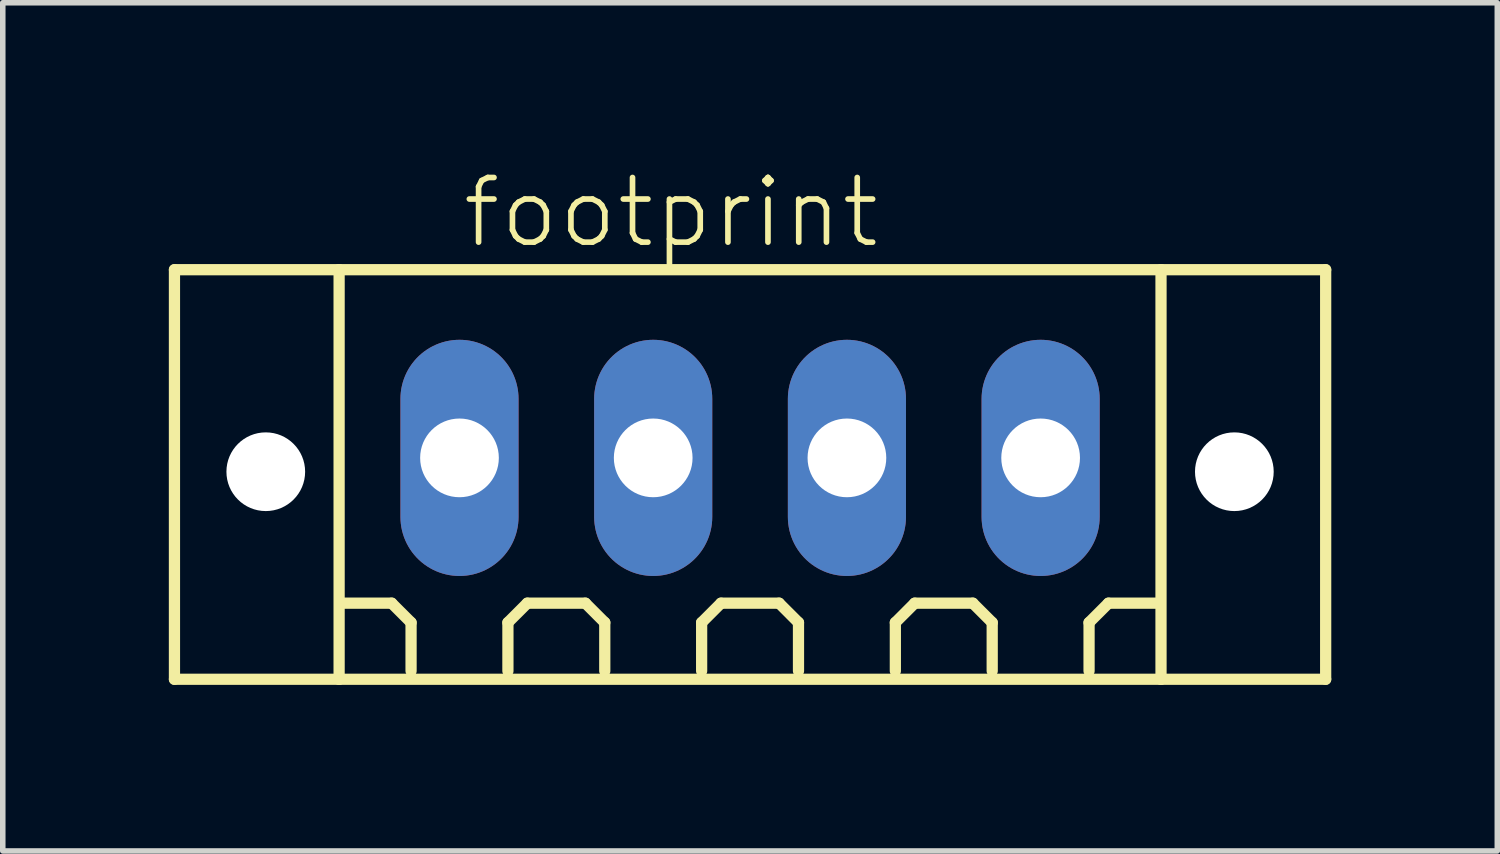
<source format=kicad_pcb>
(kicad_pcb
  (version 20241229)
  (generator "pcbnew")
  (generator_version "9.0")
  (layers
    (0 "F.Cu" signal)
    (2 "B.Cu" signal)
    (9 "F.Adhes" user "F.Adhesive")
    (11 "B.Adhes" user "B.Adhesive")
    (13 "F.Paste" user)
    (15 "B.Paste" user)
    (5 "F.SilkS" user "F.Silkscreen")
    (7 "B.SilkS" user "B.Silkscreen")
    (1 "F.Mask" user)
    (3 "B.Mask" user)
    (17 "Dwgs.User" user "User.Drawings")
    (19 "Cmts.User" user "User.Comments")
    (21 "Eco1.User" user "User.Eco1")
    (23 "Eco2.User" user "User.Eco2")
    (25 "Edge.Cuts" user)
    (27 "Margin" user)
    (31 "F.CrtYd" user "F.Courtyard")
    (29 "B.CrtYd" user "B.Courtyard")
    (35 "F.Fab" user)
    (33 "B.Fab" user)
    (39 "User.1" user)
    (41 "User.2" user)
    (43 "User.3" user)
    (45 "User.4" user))
  (footprint "footprint"
    (layer "F.Cu")
    (at 10.502 5.223)
    (property "Reference" "footprint" (at -5.25 -3.75 0) (layer "F.SilkS") (effects (font (size 1.168 1.168) (thickness 0.102)) (justify left bottom)))
    (fp_line (start -10.4 -3.4) (end -7.425 -3.4) (stroke (width 0.203) (type solid)) (layer "F.SilkS"))
    (fp_line (start -10.4 4) (end -10.4 -3.4) (stroke (width 0.203) (type solid)) (layer "F.SilkS"))
    (fp_line (start -7.425 -3.4) (end 7.425 -3.4) (stroke (width 0.203) (type solid)) (layer "F.SilkS"))
    (fp_line (start -7.425 4) (end -10.4 4) (stroke (width 0.203) (type solid)) (layer "F.SilkS"))
    (fp_line (start -7.425 4) (end -7.425 -3.4) (stroke (width 0.203) (type solid)) (layer "F.SilkS"))
    (fp_line (start -6.475 2.625) (end -7.35 2.625) (stroke (width 0.203) (type solid)) (layer "F.SilkS"))
    (fp_line (start -6.125 2.975) (end -6.475 2.625) (stroke (width 0.203) (type solid)) (layer "F.SilkS"))
    (fp_line (start -6.125 3.85) (end -6.125 2.975) (stroke (width 0.203) (type solid)) (layer "F.SilkS"))
    (fp_line (start -4.375 2.975) (end -4.025 2.625) (stroke (width 0.203) (type solid)) (layer "F.SilkS"))
    (fp_line (start -4.375 3.85) (end -4.375 2.975) (stroke (width 0.203) (type solid)) (layer "F.SilkS"))
    (fp_line (start -4.025 2.625) (end -2.975 2.625) (stroke (width 0.203) (type solid)) (layer "F.SilkS"))
    (fp_line (start -2.975 2.625) (end -2.625 2.975) (stroke (width 0.203) (type solid)) (layer "F.SilkS"))
    (fp_line (start -2.625 2.975) (end -2.625 3.85) (stroke (width 0.203) (type solid)) (layer "F.SilkS"))
    (fp_line (start -0.875 2.975) (end -0.525 2.625) (stroke (width 0.203) (type solid)) (layer "F.SilkS"))
    (fp_line (start -0.875 3.85) (end -0.875 2.975) (stroke (width 0.203) (type solid)) (layer "F.SilkS"))
    (fp_line (start -0.525 2.625) (end 0.525 2.625) (stroke (width 0.203) (type solid)) (layer "F.SilkS"))
    (fp_line (start 0.525 2.625) (end 0.875 2.975) (stroke (width 0.203) (type solid)) (layer "F.SilkS"))
    (fp_line (start 0.875 2.975) (end 0.875 3.85) (stroke (width 0.203) (type solid)) (layer "F.SilkS"))
    (fp_line (start 2.625 2.975) (end 2.975 2.625) (stroke (width 0.203) (type solid)) (layer "F.SilkS"))
    (fp_line (start 2.625 3.85) (end 2.625 2.975) (stroke (width 0.203) (type solid)) (layer "F.SilkS"))
    (fp_line (start 2.975 2.625) (end 4.025 2.625) (stroke (width 0.203) (type solid)) (layer "F.SilkS"))
    (fp_line (start 4.025 2.625) (end 4.375 2.975) (stroke (width 0.203) (type solid)) (layer "F.SilkS"))
    (fp_line (start 4.375 2.975) (end 4.375 3.85) (stroke (width 0.203) (type solid)) (layer "F.SilkS"))
    (fp_line (start 6.125 2.975) (end 6.475 2.625) (stroke (width 0.203) (type solid)) (layer "F.SilkS"))
    (fp_line (start 6.125 3.85) (end 6.125 2.975) (stroke (width 0.203) (type solid)) (layer "F.SilkS"))
    (fp_line (start 6.475 2.625) (end 7.35 2.625) (stroke (width 0.203) (type solid)) (layer "F.SilkS"))
    (fp_line (start 7.425 -3.4) (end 7.425 4) (stroke (width 0.203) (type solid)) (layer "F.SilkS"))
    (fp_line (start 7.425 -3.4) (end 10.4 -3.4) (stroke (width 0.203) (type solid)) (layer "F.SilkS"))
    (fp_line (start 7.425 4) (end -7.425 4) (stroke (width 0.203) (type solid)) (layer "F.SilkS"))
    (fp_line (start 10.4 -3.4) (end 10.4 4) (stroke (width 0.203) (type solid)) (layer "F.SilkS"))
    (fp_line (start 10.4 4) (end 7.425 4) (stroke (width 0.203) (type solid)) (layer "F.SilkS"))
    (pad "" np_thru_hole circle (at -8.75 0.25) (size 1.422 1.422) (drill 1.422) (layers "*.Cu" "*.Mask"))
    (pad "" np_thru_hole circle (at 8.75 0.25) (size 1.422 1.422) (drill 1.422) (layers "*.Cu" "*.Mask"))
    (pad "1" thru_hole oval (at -5.25 0 90) (size 4.267 2.134) (drill 1.422) (layers "*.Cu" "*.Mask"))
    (pad "2" thru_hole oval (at -1.75 0 90) (size 4.267 2.134) (drill 1.422) (layers "*.Cu" "*.Mask"))
    (pad "3" thru_hole oval (at 1.75 0 90) (size 4.267 2.134) (drill 1.422) (layers "*.Cu" "*.Mask"))
    (pad "4" thru_hole oval (at 5.25 0 90) (size 4.267 2.134) (drill 1.422) (layers "*.Cu" "*.Mask")))
  (gr_rect
    (start -3 -3)
    (end 24.003 12.325)
    (stroke (width 0.1) (type default))
    (fill no)
    (layer "Edge.Cuts")))
</source>
